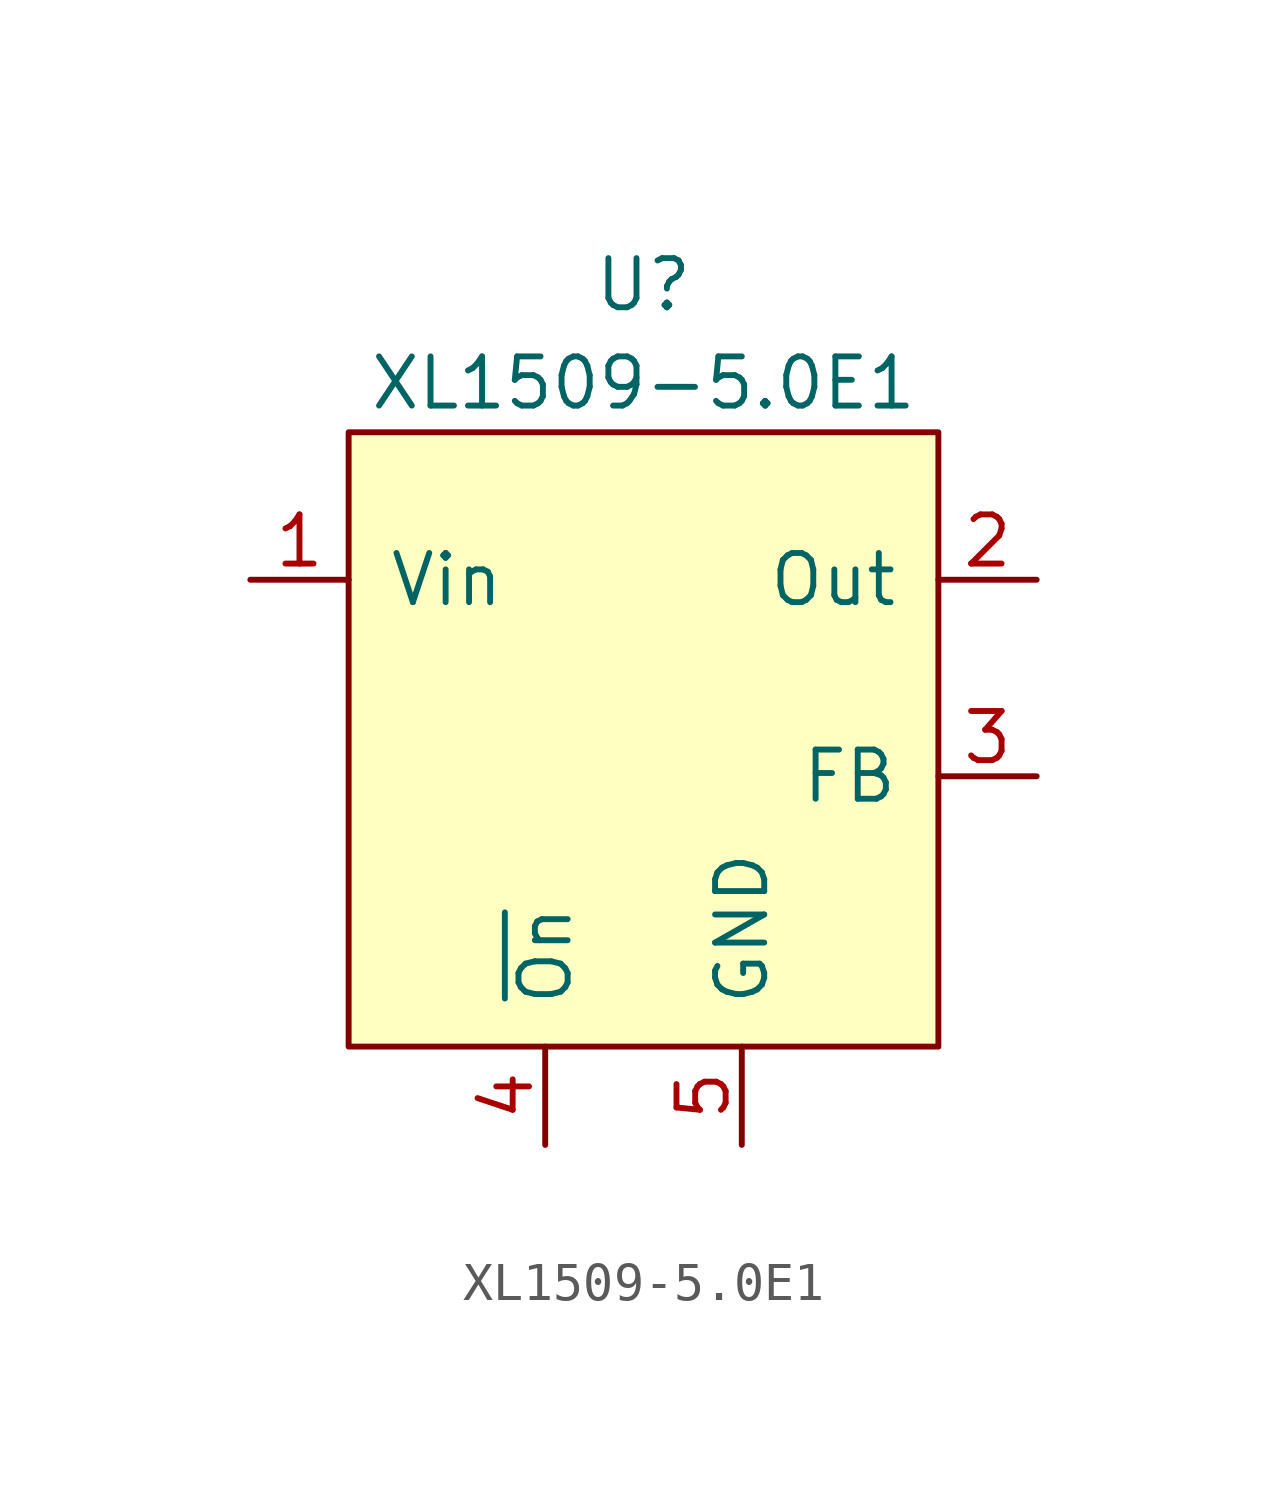
<source format=kicad_sym>
(kicad_symbol_lib
  (version 20211014)
  (generator kicad_symbol_editor)
  (symbol "XL1509-5.0E1"
    (pin_names
      (offset 1.016))
    (property "Reference" "U"
      (at 0 10.16 0)
      (effects (font (size 1.27 1.27))))
    (property "Value" "XL1509-5.0E1"
      (at 0 7.62 0)
      (effects (font (size 1.27 1.27))))
    (symbol "XL1509-5.0E1_0_1"
      (rectangle (start 7.62 -9.525) (end -7.62 6.35) (stroke (width 0) (type default) (color 0 0 0 0)) (fill (type background))))
    (symbol "XL1509-5.0E1_1_1"
      (pin input line (at -10.16 2.54 0) (length 2.54) (name "Vin" (effects (font (size 1.27 1.27)))) (number "1" (effects (font (size 1.27 1.27)))))
      (pin power_out line (at 10.16 2.54 180) (length 2.54) (name "Out" (effects (font (size 1.27 1.27)))) (number "2" (effects (font (size 1.27 1.27)))))
      (pin input line (at 10.16 -2.54 180) (length 2.54) (name "FB" (effects (font (size 1.27 1.27)))) (number "3" (effects (font (size 1.27 1.27)))))
      (pin passive line (at -2.54 -12.065 90) (length 2.54) (name "~{On}" (effects (font (size 1.27 1.27)))) (number "4" (effects (font (size 1.27 1.27)))))
      (pin passive line (at 2.54 -12.065 90) (length 2.54) (name "GND" (effects (font (size 1.27 1.27)))) (number "5" (effects (font (size 1.27 1.27)))))
      (pin passive line (at 2.54 -12.065 90) (length 2.54) hide (name "GND" (effects (font (size 1.27 1.27)))) (number "6" (effects (font (size 1.27 1.27)))))
      (pin passive line (at 2.54 -12.065 90) (length 2.54) hide (name "GND" (effects (font (size 1.27 1.27)))) (number "7" (effects (font (size 1.27 1.27)))))
      (pin passive line (at 2.54 -12.065 90) (length 2.54) hide (name "GND" (effects (font (size 1.27 1.27)))) (number "8" (effects (font (size 1.27 1.27))))))))
</source>
